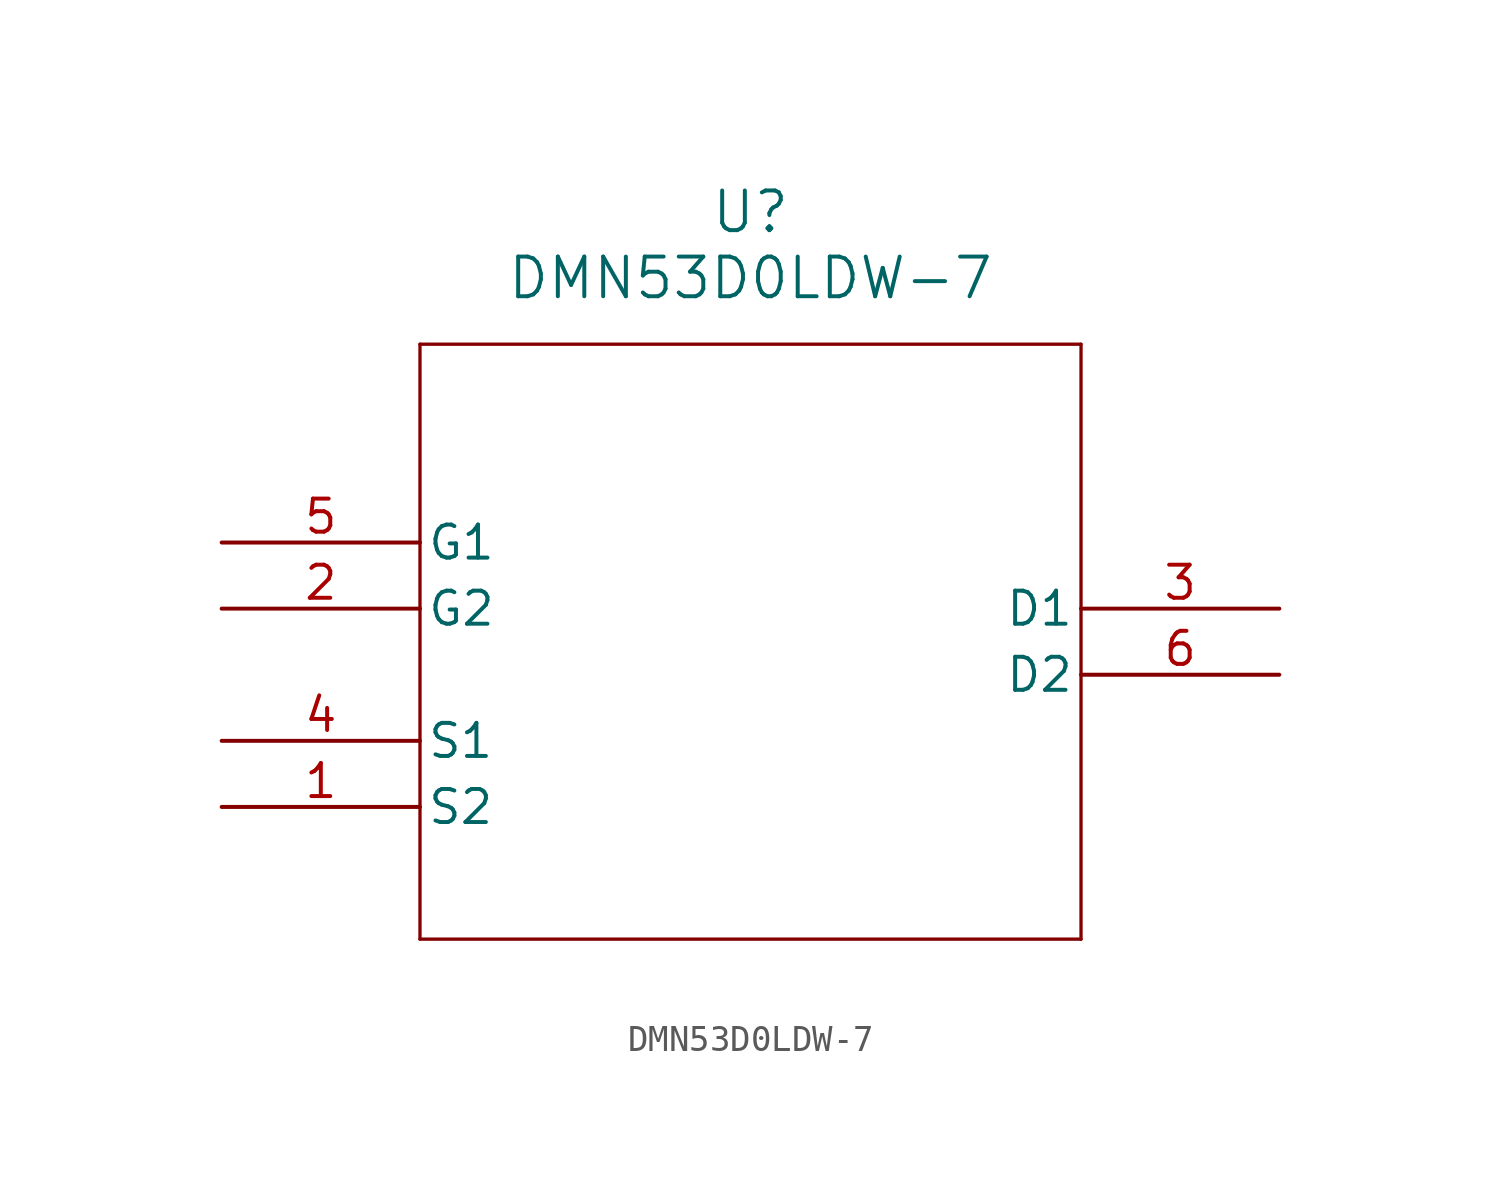
<source format=kicad_sym>
(kicad_symbol_lib
  (version 20211014)
  (generator kicad_symbol_editor)
  (symbol "DMN53D0LDW-7"
    (pin_names
      (offset 0.254))
    (property "Reference" "U"
      (at 20.32 12.7 0)
      (effects (font (size 1.524 1.524))))
    (property "Value" "DMN53D0LDW-7"
      (at 20.32 10.16 0)
      (effects (font (size 1.524 1.524))))
    (symbol "DMN53D0LDW-7_0_1"
      (polyline (pts (xy 7.62 7.62) (xy 7.62 -15.24)) (stroke (width 0.127) (type default) (color 0 0 0 0)) (fill (type none)))
      (polyline (pts (xy 7.62 -15.24) (xy 33.02 -15.24)) (stroke (width 0.127) (type default) (color 0 0 0 0)) (fill (type none)))
      (polyline (pts (xy 33.02 -15.24) (xy 33.02 7.62)) (stroke (width 0.127) (type default) (color 0 0 0 0)) (fill (type none)))
      (polyline (pts (xy 33.02 7.62) (xy 7.62 7.62)) (stroke (width 0.127) (type default) (color 0 0 0 0)) (fill (type none)))
      (pin unspecified line (at 0 -10.16 0) (length 7.62) (name "S2" (effects (font (size 1.27 1.27)))) (number "1" (effects (font (size 1.27 1.27)))))
      (pin unspecified line (at 0 -2.54 0) (length 7.62) (name "G2" (effects (font (size 1.27 1.27)))) (number "2" (effects (font (size 1.27 1.27)))))
      (pin unspecified line (at 40.64 -2.54 180) (length 7.62) (name "D1" (effects (font (size 1.27 1.27)))) (number "3" (effects (font (size 1.27 1.27)))))
      (pin unspecified line (at 0 -7.62 0) (length 7.62) (name "S1" (effects (font (size 1.27 1.27)))) (number "4" (effects (font (size 1.27 1.27)))))
      (pin unspecified line (at 0 0 0) (length 7.62) (name "G1" (effects (font (size 1.27 1.27)))) (number "5" (effects (font (size 1.27 1.27)))))
      (pin unspecified line (at 40.64 -5.08 180) (length 7.62) (name "D2" (effects (font (size 1.27 1.27)))) (number "6" (effects (font (size 1.27 1.27))))))))
</source>
